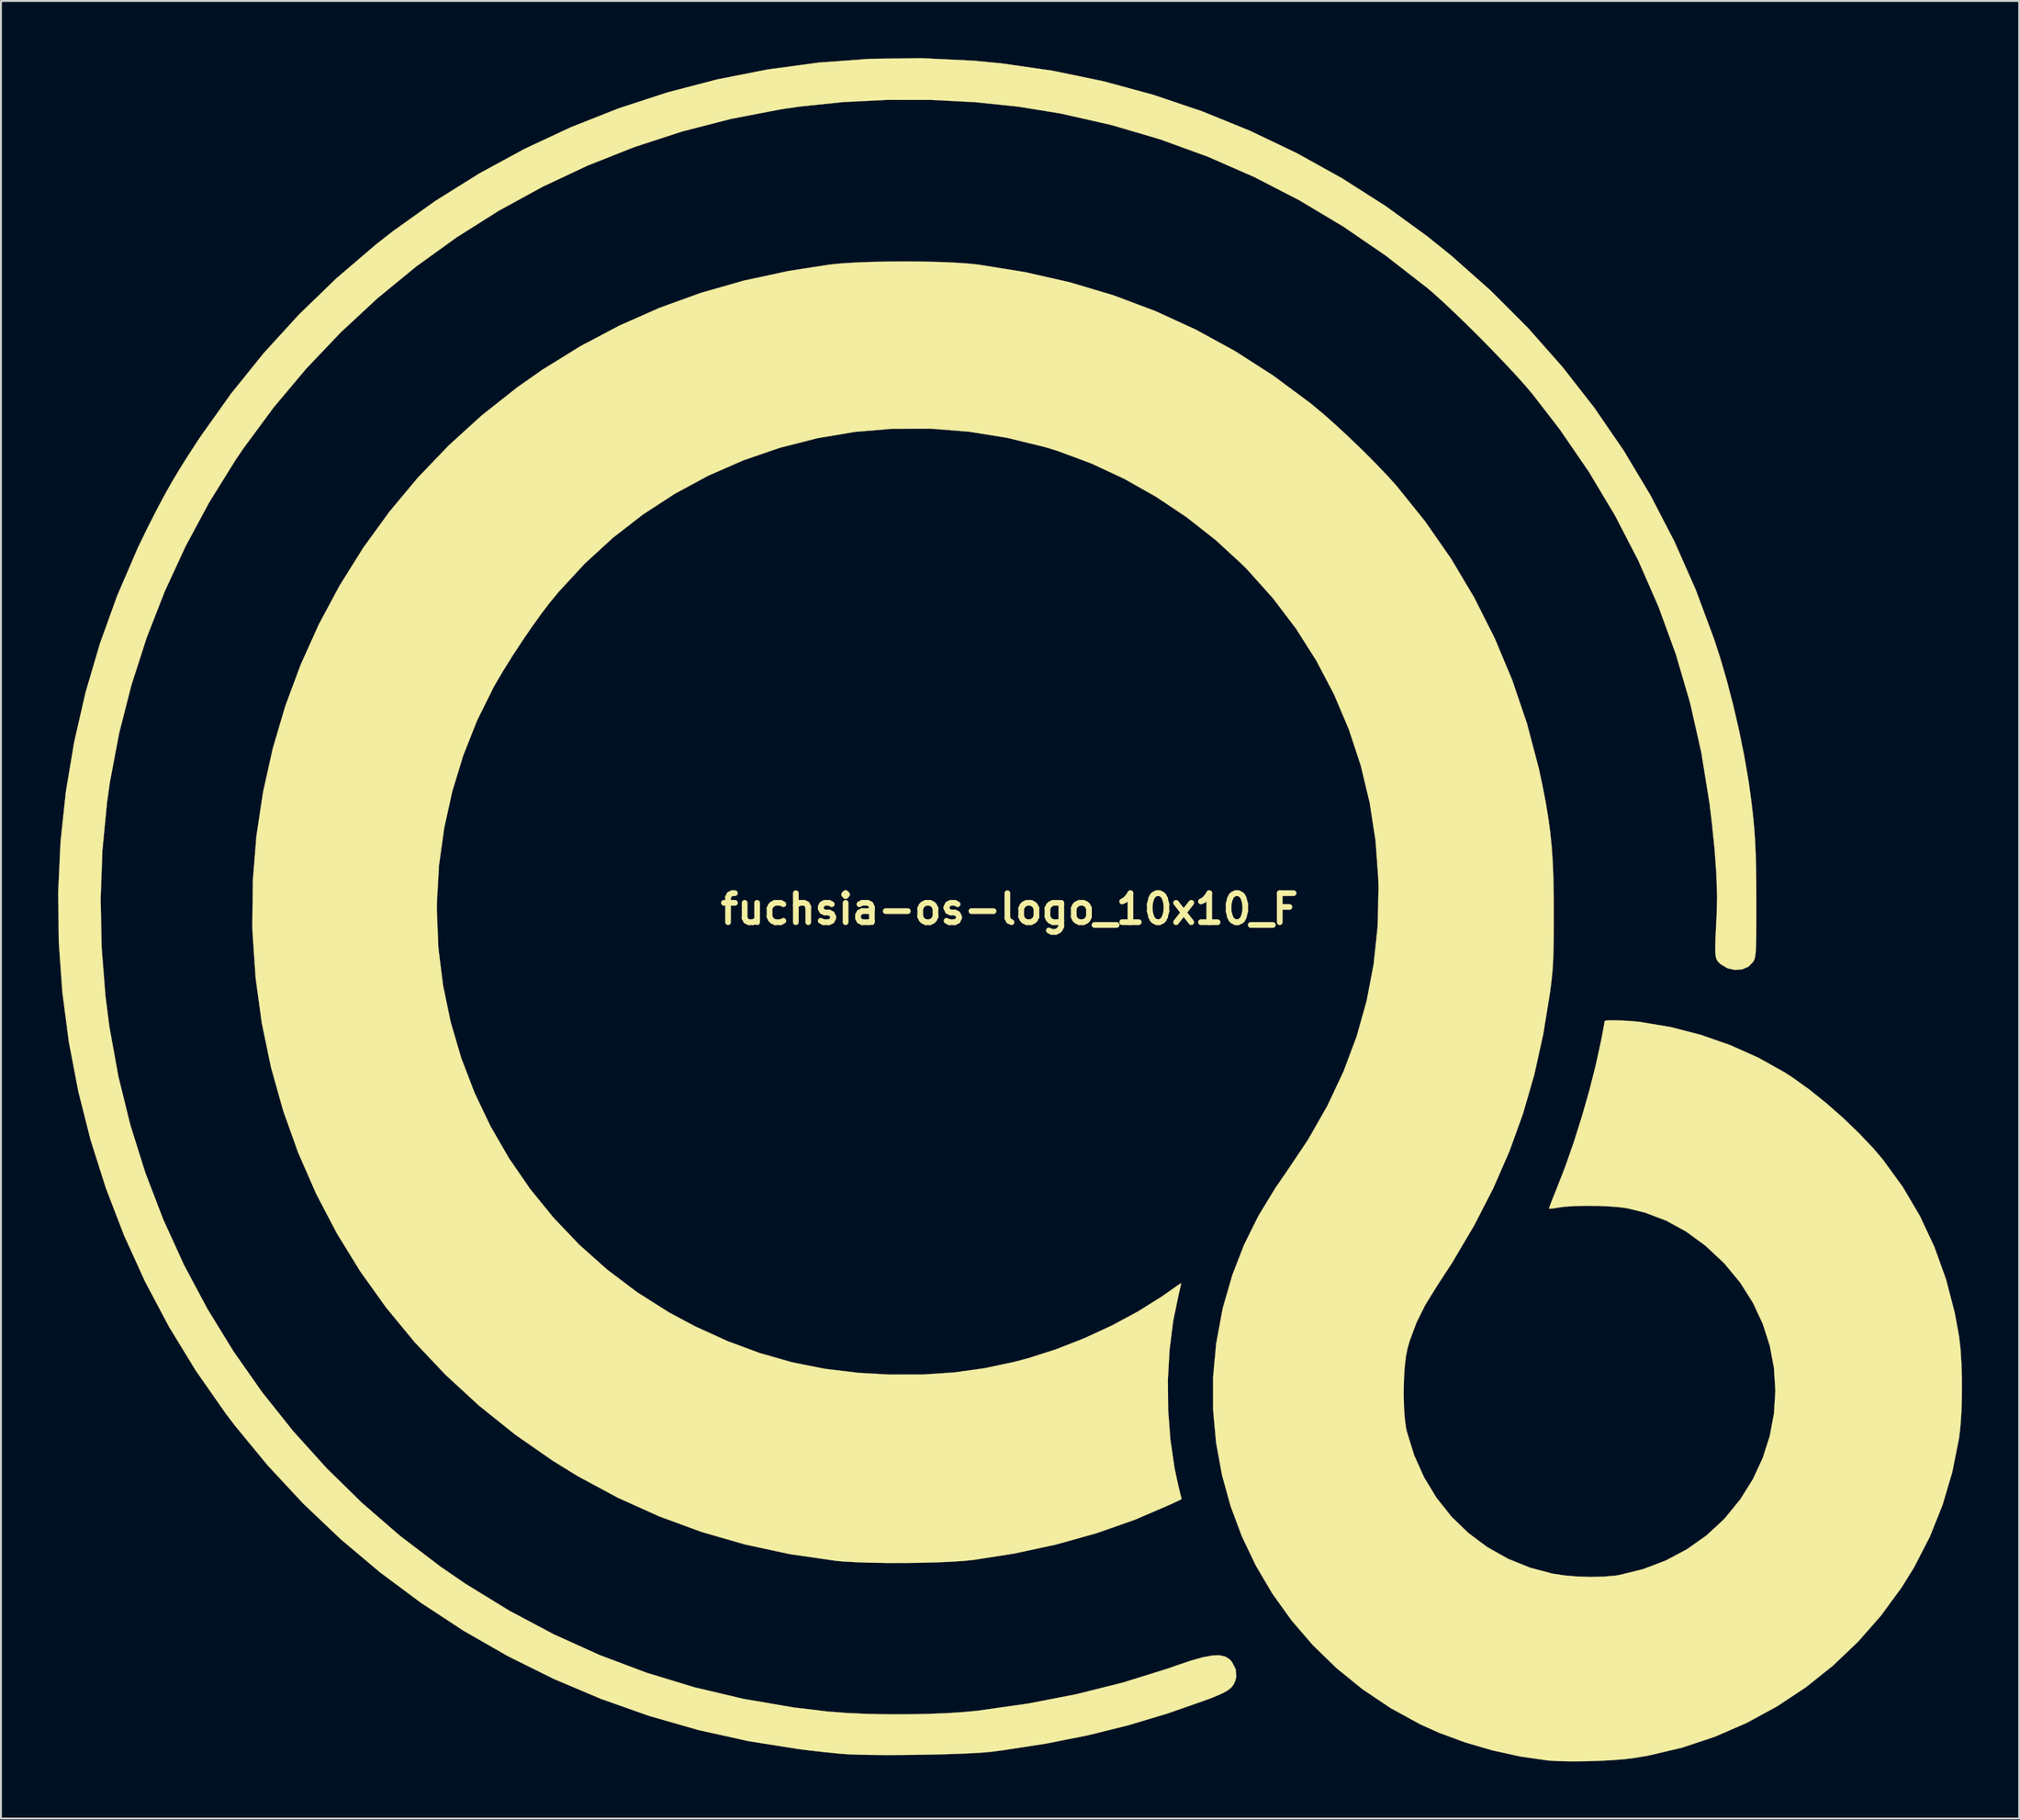
<source format=kicad_pcb>
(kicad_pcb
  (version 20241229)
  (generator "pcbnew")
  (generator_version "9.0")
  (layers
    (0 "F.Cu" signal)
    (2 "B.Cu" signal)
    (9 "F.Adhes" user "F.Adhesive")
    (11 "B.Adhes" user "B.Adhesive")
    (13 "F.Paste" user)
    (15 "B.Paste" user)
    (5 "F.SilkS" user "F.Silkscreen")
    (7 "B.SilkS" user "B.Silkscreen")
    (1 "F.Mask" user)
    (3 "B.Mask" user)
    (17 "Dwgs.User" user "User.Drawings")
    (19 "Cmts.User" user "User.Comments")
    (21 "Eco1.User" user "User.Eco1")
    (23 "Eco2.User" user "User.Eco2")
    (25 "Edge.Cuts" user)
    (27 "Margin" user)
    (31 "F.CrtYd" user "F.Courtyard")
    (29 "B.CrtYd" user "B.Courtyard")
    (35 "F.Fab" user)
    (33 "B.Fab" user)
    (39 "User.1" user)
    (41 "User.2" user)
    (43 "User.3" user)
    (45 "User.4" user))
  (footprint "fuchsia-os-logo_10x10_F"
    (layer "F.Cu")
    (at 49.931 44.68)
    (property "Reference" "fuchsia-os-logo_10x10_F" (at 0 0 0) (layer "F.SilkS") (effects (font (size 1.524 1.524) (thickness 0.3))))
    (attr through_hole)
    (fp_poly (pts (xy -1.897 -44.543) (xy -0.423 -44.402) (xy 2.265 -44.016) (xy 4.923 -43.465) (xy 7.54 -42.754) (xy 10.11 -41.886) (xy 12.621 -40.865) (xy 15.068 -39.695) (xy 17.439 -38.379) (xy 19.727 -36.922) (xy 21.924 -35.326) (xy 23.175 -34.32) (xy 25.257 -32.472) (xy 27.207 -30.52) (xy 29.023 -28.465) (xy 30.704 -26.311) (xy 32.245 -24.062) (xy 33.646 -21.72) (xy 34.904 -19.29) (xy 36.016 -16.774) (xy 36.982 -14.176) (xy 37.297 -13.208) (xy 37.644 -12.022) (xy 37.979 -10.733) (xy 38.288 -9.402) (xy 38.556 -8.088) (xy 38.77 -6.853) (xy 38.814 -6.562) (xy 38.922 -5.78) (xy 39.009 -5.065) (xy 39.077 -4.382) (xy 39.127 -3.697) (xy 39.162 -2.976) (xy 39.185 -2.184) (xy 39.196 -1.287) (xy 39.199 -0.381) (xy 39.199 0.397) (xy 39.197 1.024) (xy 39.192 1.519) (xy 39.184 1.899) (xy 39.171 2.184) (xy 39.153 2.391) (xy 39.128 2.539) (xy 39.096 2.647) (xy 39.056 2.733) (xy 39.035 2.768) (xy 38.788 3.023) (xy 38.453 3.167) (xy 38.072 3.196) (xy 37.686 3.109) (xy 37.337 2.902) (xy 37.313 2.881) (xy 37.218 2.792) (xy 37.146 2.701) (xy 37.094 2.587) (xy 37.061 2.428) (xy 37.045 2.203) (xy 37.046 1.891) (xy 37.06 1.471) (xy 37.087 0.921) (xy 37.118 0.339) (xy 37.14 -0.655) (xy 37.105 -1.8) (xy 37.013 -3.1) (xy 36.865 -4.556) (xy 36.741 -5.57) (xy 36.311 -8.231) (xy 35.722 -10.837) (xy 34.974 -13.385) (xy 34.067 -15.874) (xy 33.004 -18.301) (xy 31.784 -20.664) (xy 30.409 -22.962) (xy 28.879 -25.192) (xy 27.443 -27.051) (xy 27.048 -27.516) (xy 26.551 -28.069) (xy 25.976 -28.684) (xy 25.349 -29.337) (xy 24.694 -30.005) (xy 24.034 -30.661) (xy 23.394 -31.282) (xy 22.798 -31.843) (xy 22.271 -32.32) (xy 21.929 -32.613) (xy 19.758 -34.302) (xy 17.52 -35.836) (xy 15.215 -37.214) (xy 12.845 -38.437) (xy 10.409 -39.504) (xy 7.908 -40.414) (xy 5.343 -41.168) (xy 2.714 -41.765) (xy 2.638 -41.779) (xy 0.466 -42.13) (xy -1.794 -42.365) (xy -4.106 -42.484) (xy -6.435 -42.486) (xy -8.744 -42.371) (xy -10.997 -42.137) (xy -12.008 -41.99) (xy -14.624 -41.486) (xy -17.189 -40.824) (xy -19.696 -40.006) (xy -22.139 -39.037) (xy -24.511 -37.921) (xy -26.807 -36.663) (xy -29.02 -35.265) (xy -31.144 -33.732) (xy -33.173 -32.068) (xy -35.1 -30.278) (xy -36.919 -28.364) (xy -38.624 -26.332) (xy -40.208 -24.185) (xy -40.618 -23.58) (xy -41.997 -21.36) (xy -43.239 -19.054) (xy -44.338 -16.673) (xy -45.29 -14.232) (xy -46.089 -11.743) (xy -46.732 -9.22) (xy -47.212 -6.676) (xy -47.366 -5.588) (xy -47.607 -3.082) (xy -47.7 -0.529) (xy -47.646 2.038) (xy -47.445 4.584) (xy -47.241 6.181) (xy -46.77 8.785) (xy -46.139 11.344) (xy -45.352 13.851) (xy -44.414 16.298) (xy -43.328 18.68) (xy -42.099 20.988) (xy -40.732 23.217) (xy -39.231 25.358) (xy -37.6 27.406) (xy -35.844 29.353) (xy -33.968 31.193) (xy -31.975 32.918) (xy -29.87 34.522) (xy -28.533 35.438) (xy -26.249 36.841) (xy -23.909 38.084) (xy -21.513 39.168) (xy -19.057 40.093) (xy -16.542 40.86) (xy -13.966 41.469) (xy -11.327 41.921) (xy -9.549 42.133) (xy -8.643 42.205) (xy -7.625 42.253) (xy -6.537 42.279) (xy -5.419 42.281) (xy -4.313 42.261) (xy -3.261 42.219) (xy -2.303 42.155) (xy -1.651 42.09) (xy 0.987 41.715) (xy 3.512 41.225) (xy 5.939 40.617) (xy 8.282 39.888) (xy 8.805 39.705) (xy 9.546 39.455) (xy 10.153 39.285) (xy 10.642 39.195) (xy 11.029 39.183) (xy 11.328 39.249) (xy 11.556 39.391) (xy 11.675 39.526) (xy 11.872 39.91) (xy 11.906 40.288) (xy 11.859 40.496) (xy 11.77 40.705) (xy 11.638 40.879) (xy 11.438 41.037) (xy 11.143 41.195) (xy 10.729 41.372) (xy 10.372 41.51) (xy 8.295 42.238) (xy 6.22 42.859) (xy 4.11 43.383) (xy 1.927 43.817) (xy -0.364 44.171) (xy -0.931 44.244) (xy -1.335 44.283) (xy -1.881 44.318) (xy -2.538 44.348) (xy -3.28 44.373) (xy -4.079 44.393) (xy -4.905 44.407) (xy -5.73 44.416) (xy -6.526 44.417) (xy -7.266 44.412) (xy -7.92 44.399) (xy -8.46 44.378) (xy -8.763 44.358) (xy -9.201 44.317) (xy -9.744 44.261) (xy -10.329 44.196) (xy -10.893 44.128) (xy -11.007 44.114) (xy -13.686 43.691) (xy -16.323 43.106) (xy -18.911 42.364) (xy -21.444 41.468) (xy -23.916 40.422) (xy -26.318 39.23) (xy -28.645 37.896) (xy -30.889 36.424) (xy -33.045 34.818) (xy -35.105 33.081) (xy -37.062 31.219) (xy -38.91 29.234) (xy -40.643 27.131) (xy -41.152 26.46) (xy -42.705 24.233) (xy -44.109 21.932) (xy -45.364 19.565) (xy -46.468 17.138) (xy -47.421 14.659) (xy -48.222 12.136) (xy -48.87 9.575) (xy -49.365 6.985) (xy -49.707 4.372) (xy -49.894 1.744) (xy -49.926 -0.891) (xy -49.803 -3.528) (xy -49.523 -6.157) (xy -49.086 -8.773) (xy -48.492 -11.366) (xy -47.739 -13.931) (xy -46.827 -16.46) (xy -45.756 -18.946) (xy -45.249 -19.993) (xy -44.801 -20.876) (xy -44.391 -21.651) (xy -43.992 -22.365) (xy -43.577 -23.063) (xy -43.12 -23.792) (xy -42.594 -24.599) (xy -42.456 -24.807) (xy -40.858 -27.055) (xy -39.136 -29.192) (xy -37.292 -31.212) (xy -35.331 -33.111) (xy -33.257 -34.886) (xy -32.355 -35.592) (xy -30.133 -37.179) (xy -27.83 -38.619) (xy -25.453 -39.912) (xy -23.008 -41.054) (xy -20.504 -42.044) (xy -17.947 -42.879) (xy -15.344 -43.559) (xy -12.703 -44.08) (xy -10.031 -44.441) (xy -7.334 -44.64) (xy -4.621 -44.675) (xy -1.897 -44.543)) (stroke (width 0.01) (type solid)) (fill yes) (layer "F.SilkS"))
    (fp_poly (pts (xy -4.547 -33.994) (xy -3.662 -33.973) (xy -2.85 -33.938) (xy -2.142 -33.89) (xy -1.651 -33.839) (xy 0.807 -33.444) (xy 3.174 -32.906) (xy 5.456 -32.225) (xy 7.659 -31.397) (xy 9.786 -30.42) (xy 11.844 -29.293) (xy 13.837 -28.013) (xy 15.771 -26.578) (xy 15.917 -26.461) (xy 16.503 -25.971) (xy 17.162 -25.384) (xy 17.86 -24.735) (xy 18.562 -24.058) (xy 19.233 -23.385) (xy 19.839 -22.75) (xy 20.314 -22.222) (xy 21.816 -20.355) (xy 23.177 -18.397) (xy 24.394 -16.352) (xy 25.466 -14.224) (xy 26.389 -12.019) (xy 27.161 -9.742) (xy 27.78 -7.398) (xy 27.968 -6.519) (xy 28.139 -5.633) (xy 28.275 -4.819) (xy 28.382 -4.042) (xy 28.46 -3.264) (xy 28.515 -2.451) (xy 28.549 -1.565) (xy 28.566 -0.57) (xy 28.569 0.169) (xy 28.567 0.977) (xy 28.562 1.644) (xy 28.552 2.199) (xy 28.536 2.672) (xy 28.512 3.091) (xy 28.479 3.486) (xy 28.435 3.885) (xy 28.38 4.317) (xy 28.374 4.36) (xy 28.015 6.575) (xy 27.546 8.692) (xy 26.957 10.732) (xy 26.241 12.716) (xy 25.39 14.665) (xy 24.397 16.6) (xy 23.252 18.541) (xy 22.42 19.82) (xy 21.828 20.778) (xy 21.365 21.708) (xy 21.012 22.655) (xy 20.894 23.061) (xy 20.804 23.512) (xy 20.74 24.086) (xy 20.702 24.738) (xy 20.689 25.424) (xy 20.704 26.098) (xy 20.745 26.716) (xy 20.813 27.234) (xy 20.85 27.412) (xy 21.238 28.672) (xy 21.765 29.845) (xy 22.42 30.923) (xy 23.196 31.898) (xy 24.084 32.759) (xy 25.076 33.5) (xy 26.161 34.111) (xy 27.332 34.584) (xy 28.482 34.89) (xy 29.092 34.985) (xy 29.787 35.045) (xy 30.51 35.068) (xy 31.204 35.052) (xy 31.811 34.998) (xy 31.993 34.969) (xy 33.247 34.662) (xy 34.439 34.208) (xy 35.552 33.617) (xy 36.571 32.899) (xy 37.479 32.061) (xy 37.546 31.989) (xy 38.357 30.995) (xy 39.021 29.934) (xy 39.537 28.82) (xy 39.906 27.666) (xy 40.127 26.485) (xy 40.2 25.293) (xy 40.127 24.102) (xy 39.906 22.926) (xy 39.537 21.778) (xy 39.022 20.672) (xy 38.36 19.622) (xy 37.551 18.642) (xy 37.476 18.563) (xy 36.521 17.669) (xy 35.521 16.936) (xy 34.471 16.361) (xy 33.364 15.94) (xy 32.432 15.711) (xy 32.002 15.652) (xy 31.461 15.61) (xy 30.859 15.586) (xy 30.242 15.58) (xy 29.658 15.594) (xy 29.155 15.627) (xy 28.836 15.669) (xy 28.571 15.713) (xy 28.383 15.735) (xy 28.322 15.733) (xy 28.343 15.649) (xy 28.418 15.439) (xy 28.537 15.134) (xy 28.688 14.762) (xy 28.718 14.69) (xy 29.173 13.52) (xy 29.622 12.232) (xy 30.05 10.877) (xy 30.44 9.507) (xy 30.778 8.173) (xy 31.049 6.925) (xy 31.067 6.833) (xy 31.138 6.46) (xy 31.195 6.154) (xy 31.231 5.948) (xy 31.242 5.88) (xy 31.32 5.855) (xy 31.531 5.843) (xy 31.839 5.844) (xy 32.207 5.857) (xy 32.6 5.881) (xy 32.981 5.915) (xy 33.107 5.929) (xy 34.704 6.196) (xy 36.291 6.606) (xy 37.838 7.148) (xy 39.315 7.809) (xy 40.691 8.58) (xy 41.104 8.848) (xy 41.972 9.47) (xy 42.869 10.19) (xy 43.757 10.97) (xy 44.597 11.778) (xy 45.352 12.577) (xy 45.852 13.166) (xy 46.89 14.598) (xy 47.788 16.122) (xy 48.542 17.733) (xy 49.151 19.424) (xy 49.611 21.19) (xy 49.84 22.437) (xy 49.915 23.092) (xy 49.965 23.867) (xy 49.99 24.712) (xy 49.989 25.58) (xy 49.962 26.42) (xy 49.909 27.186) (xy 49.84 27.771) (xy 49.484 29.562) (xy 48.971 31.294) (xy 48.303 32.961) (xy 47.482 34.558) (xy 46.83 35.611) (xy 45.744 37.096) (xy 44.537 38.471) (xy 43.217 39.728) (xy 41.796 40.862) (xy 40.284 41.865) (xy 38.691 42.732) (xy 37.027 43.456) (xy 35.303 44.03) (xy 33.529 44.448) (xy 32.766 44.576) (xy 32.226 44.64) (xy 31.574 44.69) (xy 30.856 44.726) (xy 30.119 44.746) (xy 29.408 44.75) (xy 28.771 44.736) (xy 28.253 44.702) (xy 28.236 44.7) (xy 26.817 44.496) (xy 25.362 44.177) (xy 23.924 43.758) (xy 22.554 43.252) (xy 21.565 42.808) (xy 19.988 41.943) (xy 18.519 40.955) (xy 17.161 39.851) (xy 15.919 38.643) (xy 14.798 37.338) (xy 13.802 35.947) (xy 12.935 34.478) (xy 12.201 32.942) (xy 11.606 31.346) (xy 11.153 29.701) (xy 10.846 28.016) (xy 10.691 26.3) (xy 10.691 24.562) (xy 10.851 22.812) (xy 11.176 21.059) (xy 11.229 20.835) (xy 11.704 19.199) (xy 12.311 17.635) (xy 13.062 16.12) (xy 13.965 14.633) (xy 14.483 13.885) (xy 15.667 12.119) (xy 16.684 10.334) (xy 17.535 8.525) (xy 18.223 6.687) (xy 18.749 4.814) (xy 19.115 2.901) (xy 19.322 0.941) (xy 19.373 -1.07) (xy 19.362 -1.566) (xy 19.215 -3.599) (xy 18.905 -5.595) (xy 18.437 -7.544) (xy 17.812 -9.44) (xy 17.035 -11.273) (xy 16.11 -13.038) (xy 15.039 -14.724) (xy 13.825 -16.325) (xy 12.474 -17.833) (xy 12.233 -18.076) (xy 10.823 -19.375) (xy 9.304 -20.569) (xy 7.697 -21.645) (xy 6.02 -22.592) (xy 4.295 -23.397) (xy 2.54 -24.05) (xy 1.862 -24.257) (xy -0.117 -24.742) (xy -2.117 -25.064) (xy -4.126 -25.224) (xy -6.132 -25.22) (xy -8.122 -25.053) (xy -10.075 -24.724) (xy -12.052 -24.22) (xy -13.964 -23.562) (xy -15.804 -22.756) (xy -17.565 -21.805) (xy -19.238 -20.715) (xy -20.817 -19.491) (xy -22.293 -18.136) (xy -23.659 -16.656) (xy -24.128 -16.087) (xy -24.567 -15.512) (xy -25.056 -14.829) (xy -25.567 -14.081) (xy -26.072 -13.311) (xy -26.542 -12.56) (xy -26.95 -11.87) (xy -27.083 -11.633) (xy -27.945 -9.893) (xy -28.666 -8.071) (xy -29.243 -6.184) (xy -29.669 -4.253) (xy -29.941 -2.295) (xy -30.053 -0.33) (xy -30.056 0.042) (xy -29.973 2.042) (xy -29.728 4.011) (xy -29.326 5.94) (xy -28.773 7.822) (xy -28.075 9.647) (xy -27.235 11.407) (xy -26.261 13.093) (xy -25.157 14.697) (xy -23.928 16.209) (xy -22.581 17.622) (xy -21.12 18.926) (xy -19.551 20.112) (xy -17.878 21.173) (xy -16.501 21.91) (xy -14.792 22.687) (xy -13.108 23.313) (xy -11.42 23.794) (xy -9.696 24.139) (xy -7.906 24.355) (xy -6.296 24.443) (xy -4.556 24.441) (xy -2.909 24.332) (xy -1.316 24.111) (xy 0.265 23.774) (xy 0.988 23.582) (xy 2.451 23.114) (xy 3.925 22.536) (xy 5.368 21.87) (xy 6.738 21.133) (xy 7.995 20.346) (xy 8.36 20.091) (xy 8.637 19.894) (xy 8.856 19.741) (xy 8.986 19.654) (xy 9.007 19.643) (xy 8.999 19.718) (xy 8.957 19.915) (xy 8.89 20.193) (xy 8.885 20.214) (xy 8.592 21.633) (xy 8.402 23.147) (xy 8.314 24.717) (xy 8.328 26.302) (xy 8.446 27.863) (xy 8.666 29.359) (xy 8.846 30.203) (xy 9.035 30.984) (xy 8.476 31.249) (xy 6.573 32.068) (xy 4.554 32.776) (xy 2.434 33.369) (xy 0.229 33.843) (xy -1.905 34.175) (xy -2.442 34.228) (xy -3.114 34.271) (xy -3.886 34.303) (xy -4.724 34.324) (xy -5.594 34.334) (xy -6.462 34.332) (xy -7.293 34.318) (xy -8.052 34.293) (xy -8.706 34.256) (xy -9.102 34.22) (xy -11.52 33.871) (xy -13.876 33.364) (xy -16.169 32.701) (xy -18.398 31.881) (xy -20.562 30.905) (xy -22.66 29.774) (xy -23.961 28.972) (xy -25.961 27.58) (xy -27.84 26.072) (xy -29.595 24.456) (xy -31.222 22.736) (xy -32.719 20.919) (xy -34.081 19.012) (xy -35.305 17.019) (xy -36.388 14.948) (xy -37.326 12.804) (xy -38.116 10.593) (xy -38.754 8.322) (xy -39.238 5.996) (xy -39.563 3.622) (xy -39.727 1.206) (xy -39.736 0.889) (xy -39.711 -1.485) (xy -39.522 -3.834) (xy -39.172 -6.151) (xy -38.665 -8.429) (xy -38.006 -10.66) (xy -37.197 -12.837) (xy -36.244 -14.952) (xy -35.149 -16.997) (xy -33.918 -18.965) (xy -32.553 -20.849) (xy -31.059 -22.64) (xy -29.44 -24.332) (xy -27.699 -25.917) (xy -25.841 -27.387) (xy -24.511 -28.319) (xy -22.519 -29.552) (xy -20.475 -30.633) (xy -18.371 -31.565) (xy -16.196 -32.352) (xy -13.942 -32.996) (xy -11.599 -33.502) (xy -9.44 -33.837) (xy -8.845 -33.897) (xy -8.115 -33.943) (xy -7.287 -33.976) (xy -6.393 -33.996) (xy -5.468 -34.002) (xy -4.547 -33.994)) (stroke (width 0.01) (type solid)) (fill yes) (layer "F.SilkS")))
  (gr_rect
    (start -3 -3)
    (end 102.926 92.435)
    (stroke (width 0.1) (type default))
    (fill no)
    (layer "Edge.Cuts")))
</source>
